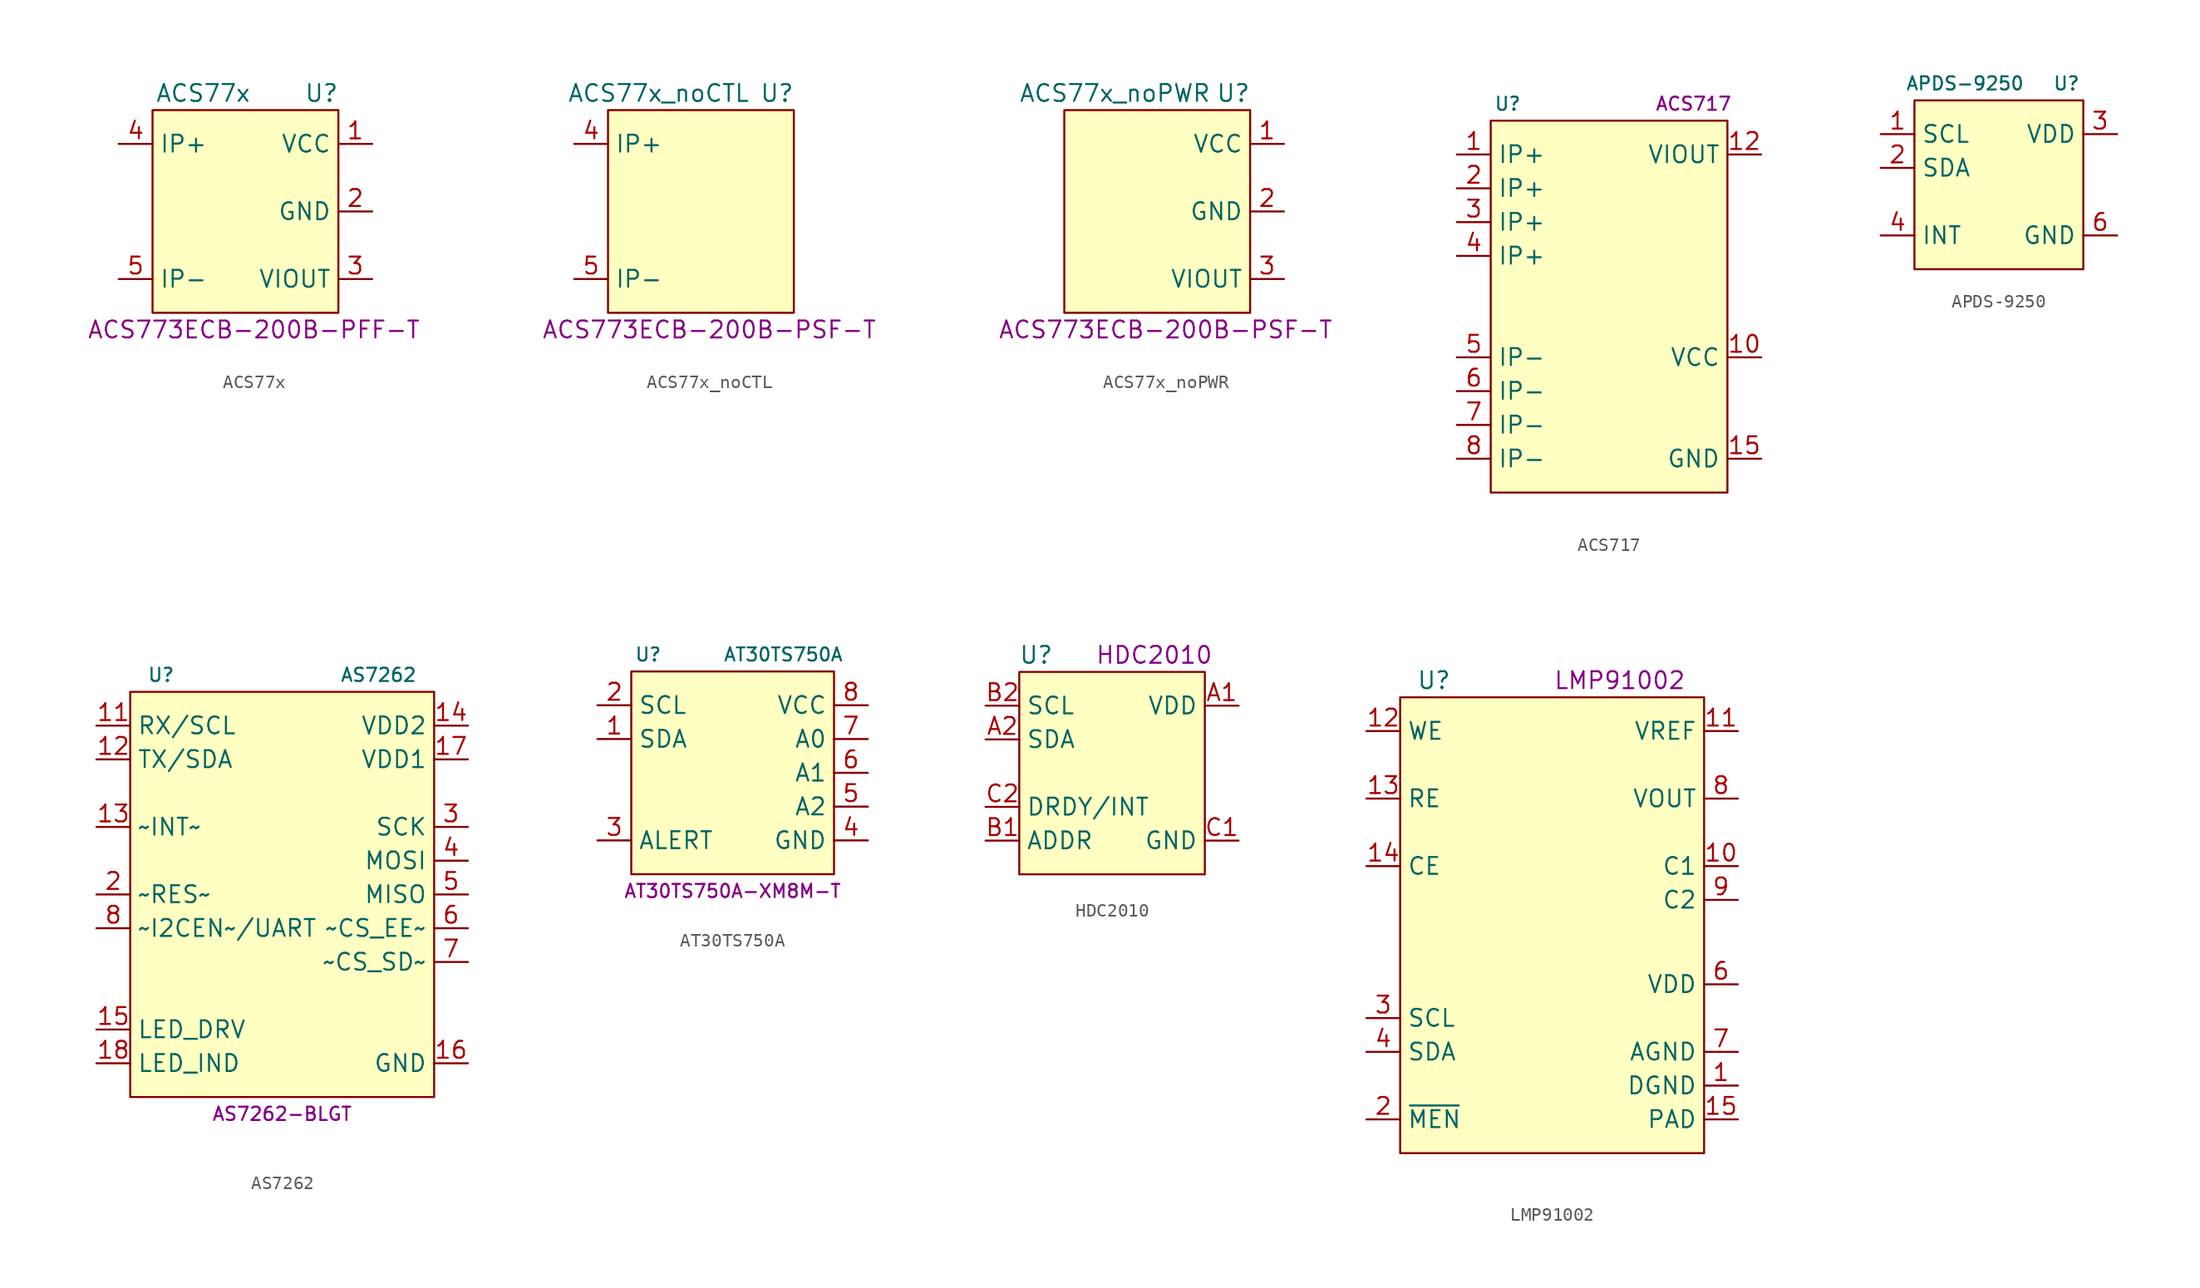
<source format=kicad_sym>
(kicad_symbol_lib
  (version 20231120)
  (generator "kicad_symbol_editor")
  (generator_version "8.0")
  (symbol "ACS77x"
    (property "Reference" "U"
      (at 5.08 8.89 0)
      (effects (font (size 1.27 1.27))))
    (property "Value" "ACS77x"
      (at -3.81 8.89 0)
      (effects (font (size 1.27 1.27))))
    (property "MPN" "ACS773ECB-200B-PFF-T"
      (at 0 -8.89 0)
      (effects (font (size 1.27 1.27))))
    (symbol "ACS77x_0_1"
      (rectangle (start -7.62 7.62) (end 6.35 -7.62) (stroke (width 0) (type default)) (fill (type background))))
    (symbol "ACS77x_1_1"
      (pin power_in line (at 8.89 5.08 180) (length 2.54) (name "VCC" (effects (font (size 1.27 1.27)))) (number "1" (effects (font (size 1.27 1.27)))))
      (pin power_in line (at 8.89 0 180) (length 2.54) (name "GND" (effects (font (size 1.27 1.27)))) (number "2" (effects (font (size 1.27 1.27)))))
      (pin output line (at 8.89 -5.08 180) (length 2.54) (name "VIOUT" (effects (font (size 1.27 1.27)))) (number "3" (effects (font (size 1.27 1.27)))))
      (pin unspecified line (at -10.16 5.08 0) (length 2.54) (name "IP+" (effects (font (size 1.27 1.27)))) (number "4" (effects (font (size 1.27 1.27)))))
      (pin unspecified line (at -10.16 -5.08 0) (length 2.54) (name "IP-" (effects (font (size 1.27 1.27)))) (number "5" (effects (font (size 1.27 1.27)))))))
  (symbol "ACS77x_noCTL"
    (property "Reference" "U"
      (at 5.08 8.89 0)
      (effects (font (size 1.27 1.27))))
    (property "Value" "ACS77x_noCTL"
      (at -3.81 8.89 0)
      (effects (font (size 1.27 1.27))))
    (property "MPN" "ACS773ECB-200B-PSF-T"
      (at 0 -8.89 0)
      (effects (font (size 1.27 1.27))))
    (symbol "ACS77x_noCTL_0_1"
      (rectangle (start -7.62 7.62) (end 6.35 -7.62) (stroke (width 0) (type default)) (fill (type background))))
    (symbol "ACS77x_noCTL_1_1"
      (pin unspecified line (at -10.16 5.08 0) (length 2.54) (name "IP+" (effects (font (size 1.27 1.27)))) (number "4" (effects (font (size 1.27 1.27)))))
      (pin unspecified line (at -10.16 -5.08 0) (length 2.54) (name "IP-" (effects (font (size 1.27 1.27)))) (number "5" (effects (font (size 1.27 1.27)))))))
  (symbol "ACS77x_noPWR"
    (property "Reference" "U"
      (at 5.08 8.89 0)
      (effects (font (size 1.27 1.27))))
    (property "Value" "ACS77x_noPWR"
      (at -3.81 8.89 0)
      (effects (font (size 1.27 1.27))))
    (property "MPN" "ACS773ECB-200B-PSF-T"
      (at 0 -8.89 0)
      (effects (font (size 1.27 1.27))))
    (symbol "ACS77x_noPWR_0_1"
      (rectangle (start -7.62 7.62) (end 6.35 -7.62) (stroke (width 0) (type default)) (fill (type background))))
    (symbol "ACS77x_noPWR_1_1"
      (pin power_in line (at 8.89 5.08 180) (length 2.54) (name "VCC" (effects (font (size 1.27 1.27)))) (number "1" (effects (font (size 1.27 1.27)))))
      (pin power_in line (at 8.89 0 180) (length 2.54) (name "GND" (effects (font (size 1.27 1.27)))) (number "2" (effects (font (size 1.27 1.27)))))
      (pin output line (at 8.89 -5.08 180) (length 2.54) (name "VIOUT" (effects (font (size 1.27 1.27)))) (number "3" (effects (font (size 1.27 1.27)))))))
  (symbol "ACS717"
    (property "Reference" "U"
      (at -7.62 15.24 0)
      (effects (font (size 0.991 0.991))))
    (property "MPN" "ACS717"
      (at 6.35 15.24 0)
      (effects (font (size 0.991 0.991))))
    (symbol "ACS717_0_1"
      (rectangle (start -8.89 13.97) (end 8.89 -13.97) (stroke (width 0) (type default)) (fill (type background))))
    (symbol "ACS717_1_1"
      (pin bidirectional line (at -11.43 11.43 0) (length 2.54) (name "IP+" (effects (font (size 1.27 1.27)))) (number "1" (effects (font (size 1.27 1.27)))))
      (pin power_in line (at 11.43 -3.81 180) (length 2.54) (name "VCC" (effects (font (size 1.27 1.27)))) (number "10" (effects (font (size 1.27 1.27)))))
      (pin output line (at 11.43 11.43 180) (length 2.54) (name "VIOUT" (effects (font (size 1.27 1.27)))) (number "12" (effects (font (size 1.27 1.27)))))
      (pin power_in line (at 11.43 -11.43 180) (length 2.54) (name "GND" (effects (font (size 1.27 1.27)))) (number "15" (effects (font (size 1.27 1.27)))))
      (pin bidirectional line (at -11.43 8.89 0) (length 2.54) (name "IP+" (effects (font (size 1.27 1.27)))) (number "2" (effects (font (size 1.27 1.27)))))
      (pin bidirectional line (at -11.43 6.35 0) (length 2.54) (name "IP+" (effects (font (size 1.27 1.27)))) (number "3" (effects (font (size 1.27 1.27)))))
      (pin bidirectional line (at -11.43 3.81 0) (length 2.54) (name "IP+" (effects (font (size 1.27 1.27)))) (number "4" (effects (font (size 1.27 1.27)))))
      (pin bidirectional line (at -11.43 -3.81 0) (length 2.54) (name "IP-" (effects (font (size 1.27 1.27)))) (number "5" (effects (font (size 1.27 1.27)))))
      (pin bidirectional line (at -11.43 -6.35 0) (length 2.54) (name "IP-" (effects (font (size 1.27 1.27)))) (number "6" (effects (font (size 1.27 1.27)))))
      (pin bidirectional line (at -11.43 -8.89 0) (length 2.54) (name "IP-" (effects (font (size 1.27 1.27)))) (number "7" (effects (font (size 1.27 1.27)))))
      (pin bidirectional line (at -11.43 -11.43 0) (length 2.54) (name "IP-" (effects (font (size 1.27 1.27)))) (number "8" (effects (font (size 1.27 1.27)))))))
  (symbol "APDS-9250"
    (property "Reference" "U"
      (at 5.08 7.62 0)
      (effects (font (size 0.991 0.991))))
    (property "Value" "APDS-9250"
      (at -2.54 7.62 0)
      (effects (font (size 0.991 0.991))))
    (symbol "APDS-9250_0_1"
      (rectangle (start -6.35 6.35) (end 6.35 -6.35) (stroke (width 0) (type default)) (fill (type background))))
    (symbol "APDS-9250_1_1"
      (pin input line (at -8.89 3.81 0) (length 2.54) (name "SCL" (effects (font (size 1.27 1.27)))) (number "1" (effects (font (size 1.27 1.27)))))
      (pin bidirectional line (at -8.89 1.27 0) (length 2.54) (name "SDA" (effects (font (size 1.27 1.27)))) (number "2" (effects (font (size 1.27 1.27)))))
      (pin power_in line (at 8.89 3.81 180) (length 2.54) (name "VDD" (effects (font (size 1.27 1.27)))) (number "3" (effects (font (size 1.27 1.27)))))
      (pin open_collector line (at -8.89 -3.81 0) (length 2.54) (name "INT" (effects (font (size 1.27 1.27)))) (number "4" (effects (font (size 1.27 1.27)))))
      (pin power_in line (at 8.89 -3.81 180) (length 2.54) (name "GND" (effects (font (size 1.27 1.27)))) (number "6" (effects (font (size 1.27 1.27)))))))
  (symbol "AS7262"
    (property "Reference" "U"
      (at -10.16 19.05 0)
      (do_not_autoplace)
      (effects (font (size 1 1)) (justify left)))
    (property "Value" "AS7262"
      (at 10.16 19.05 0)
      (do_not_autoplace)
      (effects (font (size 1 1)) (justify right)))
    (property "MPN" "AS7262-BLGT"
      (at 0 -13.97 0)
      (effects (font (size 1 1))))
    (symbol "AS7262_0_1"
      (rectangle (start -11.43 -12.7) (end 11.43 17.78) (stroke (width 0.152) (type default)) (fill (type background))))
    (symbol "AS7262_1_1"
      (pin input line (at -13.97 15.24 0) (length 2.54) (name "RX/SCL" (effects (font (size 1.27 1.27)))) (number "11" (effects (font (size 1.27 1.27)))))
      (pin bidirectional line (at -13.97 12.7 0) (length 2.54) (name "TX/SDA" (effects (font (size 1.27 1.27)))) (number "12" (effects (font (size 1.27 1.27)))))
      (pin output line (at -13.97 7.62 0) (length 2.54) (name "~INT~" (effects (font (size 1.27 1.27)))) (number "13" (effects (font (size 1.27 1.27)))))
      (pin power_in line (at 13.97 15.24 180) (length 2.54) (name "VDD2" (effects (font (size 1.27 1.27)))) (number "14" (effects (font (size 1.27 1.27)))))
      (pin open_collector line (at -13.97 -7.62 0) (length 2.54) (name "LED_DRV" (effects (font (size 1.27 1.27)))) (number "15" (effects (font (size 1.27 1.27)))))
      (pin power_in line (at 13.97 -10.16 180) (length 2.54) (name "GND" (effects (font (size 1.27 1.27)))) (number "16" (effects (font (size 1.27 1.27)))))
      (pin power_in line (at 13.97 12.7 180) (length 2.54) (name "VDD1" (effects (font (size 1.27 1.27)))) (number "17" (effects (font (size 1.27 1.27)))))
      (pin open_collector line (at -13.97 -10.16 0) (length 2.54) (name "LED_IND" (effects (font (size 1.27 1.27)))) (number "18" (effects (font (size 1.27 1.27)))))
      (pin input line (at -13.97 2.54 0) (length 2.54) (name "~RES~" (effects (font (size 1.27 1.27)))) (number "2" (effects (font (size 1.27 1.27)))))
      (pin output line (at 13.97 7.62 180) (length 2.54) (name "SCK" (effects (font (size 1.27 1.27)))) (number "3" (effects (font (size 1.27 1.27)))))
      (pin output line (at 13.97 5.08 180) (length 2.54) (name "MOSI" (effects (font (size 1.27 1.27)))) (number "4" (effects (font (size 1.27 1.27)))))
      (pin input line (at 13.97 2.54 180) (length 2.54) (name "MISO" (effects (font (size 1.27 1.27)))) (number "5" (effects (font (size 1.27 1.27)))))
      (pin output line (at 13.97 0 180) (length 2.54) (name "~CS_EE~" (effects (font (size 1.27 1.27)))) (number "6" (effects (font (size 1.27 1.27)))))
      (pin output line (at 13.97 -2.54 180) (length 2.54) (name "~CS_SD~" (effects (font (size 1.27 1.27)))) (number "7" (effects (font (size 1.27 1.27)))))
      (pin input line (at -13.97 0 0) (length 2.54) (name "~I2CEN~/UART" (effects (font (size 1.27 1.27)))) (number "8" (effects (font (size 1.27 1.27)))))))
  (symbol "AT30TS750A"
    (property "Reference" "U"
      (at -6.35 8.89 0)
      (effects (font (size 0.991 0.991))))
    (property "Value" "AT30TS750A"
      (at 3.81 8.89 0)
      (effects (font (size 0.991 0.991))))
    (property "MPN" "AT30TS750A-XM8M-T"
      (at 0 -8.89 0)
      (effects (font (size 0.991 0.991))))
    (symbol "AT30TS750A_0_1"
      (rectangle (start -7.62 -7.62) (end 7.62 7.62) (stroke (width 0) (type default)) (fill (type background))))
    (symbol "AT30TS750A_1_1"
      (pin open_collector line (at -10.16 2.54 0) (length 2.54) (name "SDA" (effects (font (size 1.27 1.27)))) (number "1" (effects (font (size 1.27 1.27)))))
      (pin input line (at -10.16 5.08 0) (length 2.54) (name "SCL" (effects (font (size 1.27 1.27)))) (number "2" (effects (font (size 1.27 1.27)))))
      (pin open_collector line (at -10.16 -5.08 0) (length 2.54) (name "ALERT" (effects (font (size 1.27 1.27)))) (number "3" (effects (font (size 1.27 1.27)))))
      (pin power_in line (at 10.16 -5.08 180) (length 2.54) (name "GND" (effects (font (size 1.27 1.27)))) (number "4" (effects (font (size 1.27 1.27)))))
      (pin input line (at 10.16 -2.54 180) (length 2.54) (name "A2" (effects (font (size 1.27 1.27)))) (number "5" (effects (font (size 1.27 1.27)))))
      (pin input line (at 10.16 0 180) (length 2.54) (name "A1" (effects (font (size 1.27 1.27)))) (number "6" (effects (font (size 1.27 1.27)))))
      (pin input line (at 10.16 2.54 180) (length 2.54) (name "A0" (effects (font (size 1.27 1.27)))) (number "7" (effects (font (size 1.27 1.27)))))
      (pin power_in line (at 10.16 5.08 180) (length 2.54) (name "VCC" (effects (font (size 1.27 1.27)))) (number "8" (effects (font (size 1.27 1.27)))))))
  (symbol "HDC2010"
    (property "Reference" "U"
      (at -6.35 8.89 0)
      (effects (font (size 1.27 1.27))))
    (property "MPN" "HDC2010"
      (at 2.54 8.89 0)
      (effects (font (size 1.27 1.27))))
    (symbol "HDC2010_0_1"
      (rectangle (start -7.62 -7.62) (end 6.35 7.62) (stroke (width 0) (type default)) (fill (type background))))
    (symbol "HDC2010_1_1"
      (pin power_in line (at 8.89 5.08 180) (length 2.54) (name "VDD" (effects (font (size 1.27 1.27)))) (number "A1" (effects (font (size 1.27 1.27)))))
      (pin bidirectional line (at -10.16 2.54 0) (length 2.54) (name "SDA" (effects (font (size 1.27 1.27)))) (number "A2" (effects (font (size 1.27 1.27)))))
      (pin input line (at -10.16 -5.08 0) (length 2.54) (name "ADDR" (effects (font (size 1.27 1.27)))) (number "B1" (effects (font (size 1.27 1.27)))))
      (pin input line (at -10.16 5.08 0) (length 2.54) (name "SCL" (effects (font (size 1.27 1.27)))) (number "B2" (effects (font (size 1.27 1.27)))))
      (pin power_in line (at 8.89 -5.08 180) (length 2.54) (name "GND" (effects (font (size 1.27 1.27)))) (number "C1" (effects (font (size 1.27 1.27)))))
      (pin output line (at -10.16 -2.54 0) (length 2.54) (name "DRDY/INT" (effects (font (size 1.27 1.27)))) (number "C2" (effects (font (size 1.27 1.27)))))))
  (symbol "LMP91002"
    (property "Reference" "U"
      (at -8.89 16.51 0)
      (effects (font (size 1.27 1.27))))
    (property "MPN" "LMP91002"
      (at 5.08 16.51 0)
      (effects (font (size 1.27 1.27))))
    (symbol "LMP91002_0_1"
      (rectangle (start -11.43 -19.05) (end 11.43 15.24) (stroke (width 0) (type default)) (fill (type background))))
    (symbol "LMP91002_1_1"
      (pin power_in line (at 13.97 -13.97 180) (length 2.54) (name "DGND" (effects (font (size 1.27 1.27)))) (number "1" (effects (font (size 1.27 1.27)))))
      (pin passive line (at 13.97 2.54 180) (length 2.54) (name "C1" (effects (font (size 1.27 1.27)))) (number "10" (effects (font (size 1.27 1.27)))))
      (pin passive line (at 13.97 12.7 180) (length 2.54) (name "VREF" (effects (font (size 1.27 1.27)))) (number "11" (effects (font (size 1.27 1.27)))))
      (pin passive line (at -13.97 12.7 0) (length 2.54) (name "WE" (effects (font (size 1.27 1.27)))) (number "12" (effects (font (size 1.27 1.27)))))
      (pin passive line (at -13.97 7.62 0) (length 2.54) (name "RE" (effects (font (size 1.27 1.27)))) (number "13" (effects (font (size 1.27 1.27)))))
      (pin passive line (at -13.97 2.54 0) (length 2.54) (name "CE" (effects (font (size 1.27 1.27)))) (number "14" (effects (font (size 1.27 1.27)))))
      (pin power_in line (at 13.97 -16.51 180) (length 2.54) (name "PAD" (effects (font (size 1.27 1.27)))) (number "15" (effects (font (size 1.27 1.27)))))
      (pin input line (at -13.97 -16.51 0) (length 2.54) (name "~{MEN}" (effects (font (size 1.27 1.27)))) (number "2" (effects (font (size 1.27 1.27)))))
      (pin input line (at -13.97 -8.89 0) (length 2.54) (name "SCL" (effects (font (size 1.27 1.27)))) (number "3" (effects (font (size 1.27 1.27)))))
      (pin bidirectional line (at -13.97 -11.43 0) (length 2.54) (name "SDA" (effects (font (size 1.27 1.27)))) (number "4" (effects (font (size 1.27 1.27)))))
      (pin power_in line (at 13.97 -6.35 180) (length 2.54) (name "VDD" (effects (font (size 1.27 1.27)))) (number "6" (effects (font (size 1.27 1.27)))))
      (pin power_in line (at 13.97 -11.43 180) (length 2.54) (name "AGND" (effects (font (size 1.27 1.27)))) (number "7" (effects (font (size 1.27 1.27)))))
      (pin output line (at 13.97 7.62 180) (length 2.54) (name "VOUT" (effects (font (size 1.27 1.27)))) (number "8" (effects (font (size 1.27 1.27)))))
      (pin passive line (at 13.97 0 180) (length 2.54) (name "C2" (effects (font (size 1.27 1.27)))) (number "9" (effects (font (size 1.27 1.27))))))))
</source>
